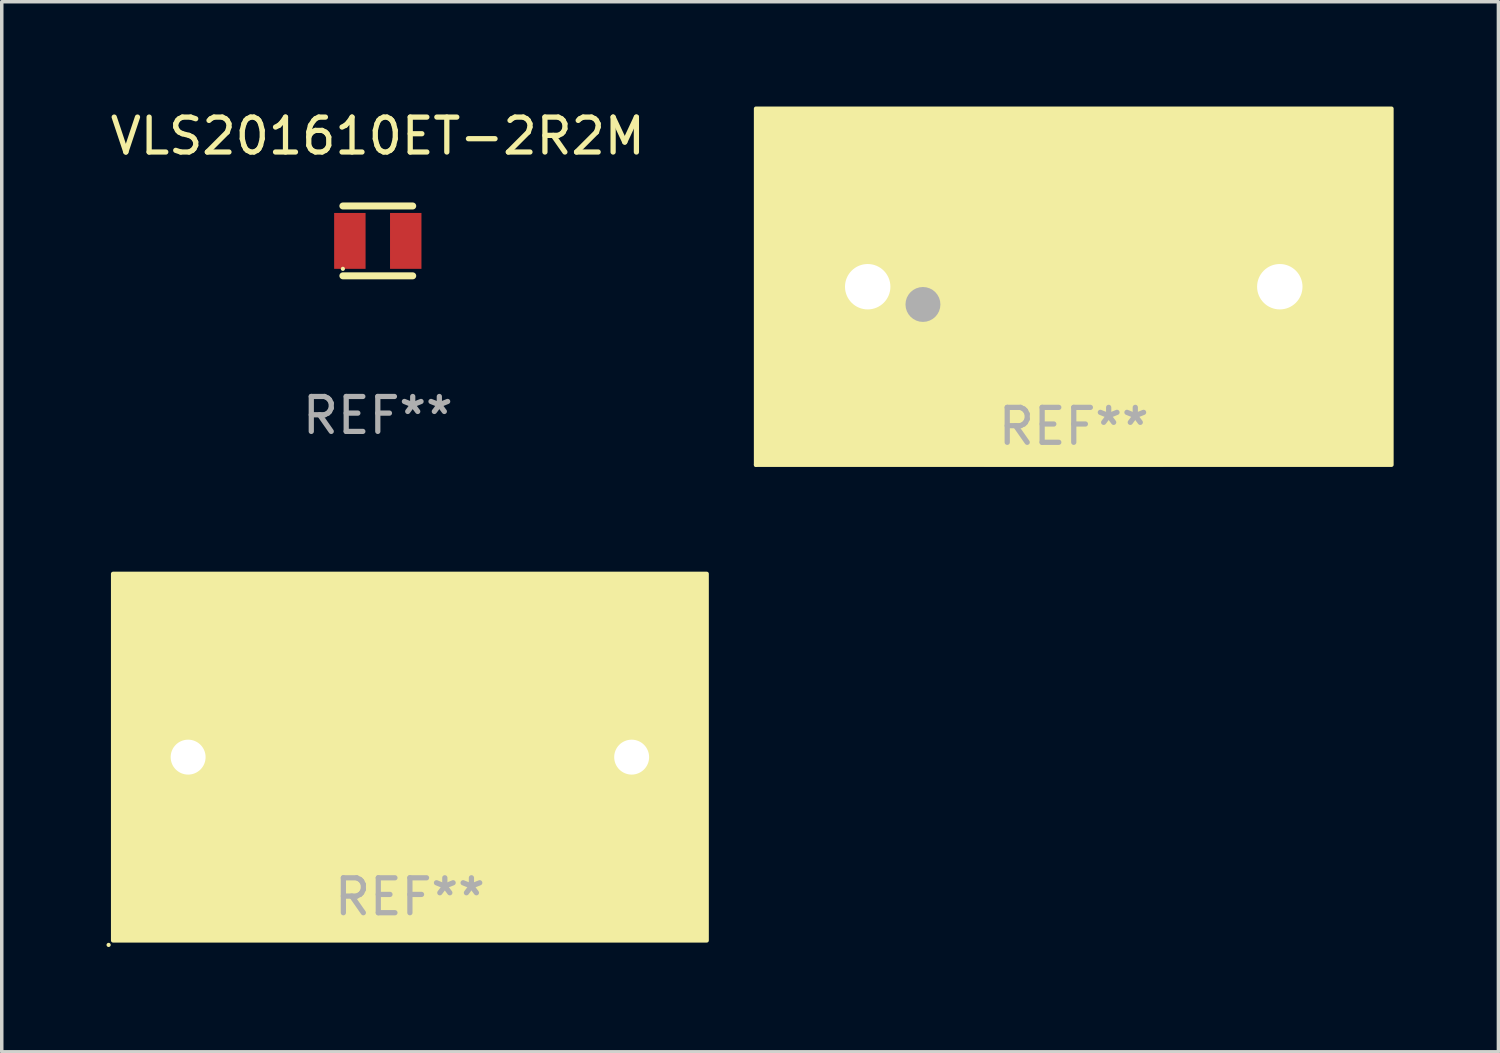
<source format=kicad_pcb>
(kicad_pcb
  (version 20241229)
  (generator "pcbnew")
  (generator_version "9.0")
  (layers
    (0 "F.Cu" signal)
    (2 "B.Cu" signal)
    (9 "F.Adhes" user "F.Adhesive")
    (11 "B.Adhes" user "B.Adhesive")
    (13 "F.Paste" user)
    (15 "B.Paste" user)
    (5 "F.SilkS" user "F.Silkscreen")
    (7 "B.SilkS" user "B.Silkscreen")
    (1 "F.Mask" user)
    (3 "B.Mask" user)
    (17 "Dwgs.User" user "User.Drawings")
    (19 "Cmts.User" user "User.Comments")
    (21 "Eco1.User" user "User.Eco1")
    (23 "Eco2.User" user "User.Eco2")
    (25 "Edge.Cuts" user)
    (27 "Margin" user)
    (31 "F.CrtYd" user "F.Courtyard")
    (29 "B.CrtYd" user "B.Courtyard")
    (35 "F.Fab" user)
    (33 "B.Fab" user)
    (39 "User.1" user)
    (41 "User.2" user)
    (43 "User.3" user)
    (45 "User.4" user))
  (footprint "VLS201610ET-2R2M"
    (layer "F.Cu")
    (at 7.768 3.848)
    (property "Reference" "VLS201610ET-2R2M" (at 0 -3 0) (layer "F.SilkS") (effects (font (size 1 1) (thickness 0.15))))
    (attr through_hole)
    (fp_line (start -1 -1) (end 1 -1) (stroke (width 0.2) (type solid)) (layer "F.SilkS"))
    (fp_line (start -1 1) (end 1 1) (stroke (width 0.2) (type solid)) (layer "F.SilkS"))
    (fp_circle (center -1 0.8) (end -0.97 0.8) (stroke (width 0.06) (type solid)) (fill no) (layer "F.SilkS"))
    (fp_text user "REF**" (at 0 5 0) (layer "F.Fab") (effects (font (size 1 1) (thickness 0.15))))
    (pad "1" smd rect (at -0.8 0) (size 0.9 1.6) (layers "F.Cu" "F.Mask" "F.Paste"))
    (pad "2" smd rect (at 0.8 0) (size 0.9 1.6) (layers "F.Cu" "F.Mask" "F.Paste")))
  (footprint "ZMCT204D"
    (layer "F.Cu")
    (at 8.687 18.63)
    (property "Reference" "ZMCT204D" (at 0 -2 0) (layer "F.SilkS") (effects (font (size 1 1) (thickness 0.15))))
    (attr through_hole)
    (fp_circle (center -8.627 5.377) (end -8.597 5.377) (stroke (width 0.06) (type solid)) (fill no) (layer "F.SilkS"))
    (fp_poly (pts (xy -8.5 -5.25) (xy 8.5 -5.25) (xy 8.5 5.25) (xy -8.5 5.25)) (stroke (width 0.12) (type solid)) (fill yes) (layer "F.SilkS"))
    (fp_text user "REF**" (at 0 4 0) (layer "F.Fab") (effects (font (size 1 1) (thickness 0.15))))
    (pad "1" thru_hole circle (at -6.35 0) (size 2 2) (drill 1) (layers "*.Cu" "*.Mask"))
    (pad "2" thru_hole circle (at 6.35 0) (size 2 2) (drill 1) (layers "*.Cu" "*.Mask")))
  (footprint "ZMCT103E"
    (layer "F.Cu")
    (at 27.696 5.16)
    (property "Reference" "ZMCT103E" (at 0 -2 0) (layer "F.SilkS") (effects (font (size 1 1) (thickness 0.15))))
    (attr through_hole)
    (fp_circle (center -9.1 5.1) (end -9.07 5.1) (stroke (width 0.06) (type solid)) (fill no) (layer "F.SilkS"))
    (fp_circle (center -4.318 0.508) (end -4.068 0.508) (stroke (width 0.5) (type solid)) (fill no) (layer "F.SilkS"))
    (fp_poly (pts (xy -9.1 -5.1) (xy 9.1 -5.1) (xy 9.1 5.1) (xy -9.1 5.1)) (stroke (width 0.12) (type solid)) (fill yes) (layer "F.SilkS"))
    (fp_poly (pts (xy -2.54 -5.08) (xy 2.54 -5.08) (xy 2.54 5.08) (xy -2.54 5.08)) (stroke (width 0.12) (type solid)) (fill yes) (layer "F.SilkS"))
    (fp_circle (center -4.318 0.508) (end -4.068 0.508) (stroke (width 0.5) (type solid)) (fill no) (layer "F.Fab"))
    (fp_text user "REF**" (at 0 4 0) (layer "F.Fab") (effects (font (size 1 1) (thickness 0.15))))
    (pad "1" thru_hole circle (at -5.9 0) (size 2 2) (drill 1.3) (layers "*.Cu" "*.Mask"))
    (pad "2" thru_hole circle (at 5.9 0) (size 2 2) (drill 1.3) (layers "*.Cu" "*.Mask")))
  (gr_rect
    (start -3 -3)
    (end 39.856 27.067)
    (stroke (width 0.1) (type default))
    (fill no)
    (layer "Edge.Cuts")))
</source>
